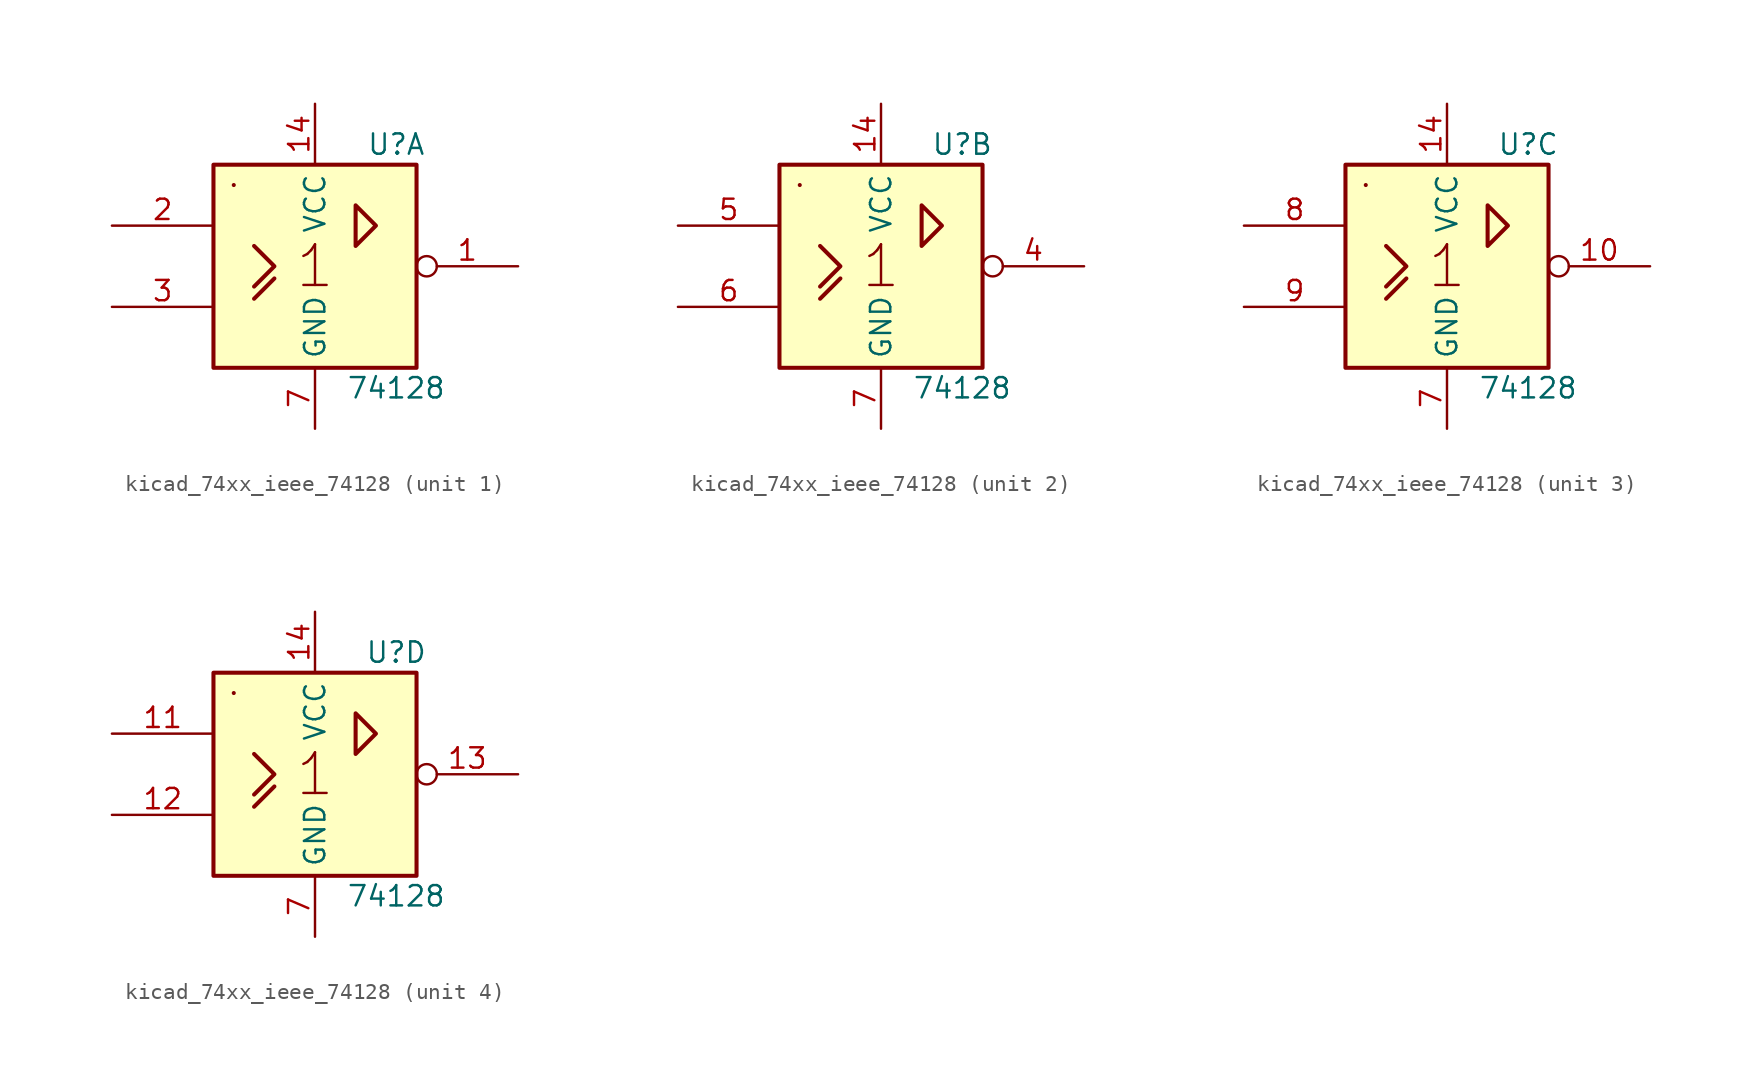
<source format=kicad_sym>
(kicad_symbol_lib
  (version 20220914)
  (generator kicad_symbol_editor)
  (symbol "kicad_74xx_ieee_74128"
    (property "Reference" "U"
      (at 5.08 7.62 0)
      (effects (font (size 1.27 1.27))))
    (property "Value" "74128"
      (at 5.08 -7.62 0)
      (effects (font (size 1.27 1.27))))
    (symbol "kicad_74xx_ieee_74128_0_0"
      (rectangle (start -5.08 5.08) (end -5.08 5.08) (stroke (width 0.254) (type default)) (fill (type background)))
      (polyline (pts (xy -3.81 -2.032) (xy -2.54 -0.762) (xy -2.54 -0.762)) (stroke (width 0.254) (type default)) (fill (type background)))
      (polyline (pts (xy -3.81 1.27) (xy -2.54 0) (xy -3.81 -1.27) (xy -3.81 -1.27)) (stroke (width 0.254) (type default)) (fill (type background)))
      (polyline (pts (xy 2.54 3.81) (xy 2.54 1.27) (xy 3.81 2.54) (xy 2.54 3.81) (xy 2.54 3.81)) (stroke (width 0.254) (type default)) (fill (type background)))
      (text "1" (at 0 0 0) (effects (font (size 2.54 2.54))))
      (pin power_in line (at 0 10.16 270) (length 3.81) (name "VCC" (effects (font (size 1.27 1.27)))) (number "14" (effects (font (size 1.27 1.27)))))
      (pin power_in line (at 0 -10.16 90) (length 3.81) (name "GND" (effects (font (size 1.27 1.27)))) (number "7" (effects (font (size 1.27 1.27))))))
    (symbol "kicad_74xx_ieee_74128_0_1"
      (rectangle (start -6.35 6.35) (end 6.35 -6.35) (stroke (width 0.254) (type default)) (fill (type background))))
    (symbol "kicad_74xx_ieee_74128_1_1"
      (pin output inverted (at 12.7 0 180) (length 6.35) (name "~" (effects (font (size 1.27 1.27)))) (number "1" (effects (font (size 1.27 1.27)))))
      (pin input line (at -12.7 2.54 0) (length 6.35) (name "~" (effects (font (size 1.27 1.27)))) (number "2" (effects (font (size 1.27 1.27)))))
      (pin input line (at -12.7 -2.54 0) (length 6.35) (name "~" (effects (font (size 1.27 1.27)))) (number "3" (effects (font (size 1.27 1.27))))))
    (symbol "kicad_74xx_ieee_74128_2_1"
      (pin output inverted (at 12.7 0 180) (length 6.35) (name "~" (effects (font (size 1.27 1.27)))) (number "4" (effects (font (size 1.27 1.27)))))
      (pin input line (at -12.7 2.54 0) (length 6.35) (name "~" (effects (font (size 1.27 1.27)))) (number "5" (effects (font (size 1.27 1.27)))))
      (pin input line (at -12.7 -2.54 0) (length 6.35) (name "~" (effects (font (size 1.27 1.27)))) (number "6" (effects (font (size 1.27 1.27))))))
    (symbol "kicad_74xx_ieee_74128_3_1"
      (pin output inverted (at 12.7 0 180) (length 6.35) (name "~" (effects (font (size 1.27 1.27)))) (number "10" (effects (font (size 1.27 1.27)))))
      (pin input line (at -12.7 2.54 0) (length 6.35) (name "~" (effects (font (size 1.27 1.27)))) (number "8" (effects (font (size 1.27 1.27)))))
      (pin input line (at -12.7 -2.54 0) (length 6.35) (name "~" (effects (font (size 1.27 1.27)))) (number "9" (effects (font (size 1.27 1.27))))))
    (symbol "kicad_74xx_ieee_74128_4_1"
      (pin input line (at -12.7 2.54 0) (length 6.35) (name "~" (effects (font (size 1.27 1.27)))) (number "11" (effects (font (size 1.27 1.27)))))
      (pin input line (at -12.7 -2.54 0) (length 6.35) (name "~" (effects (font (size 1.27 1.27)))) (number "12" (effects (font (size 1.27 1.27)))))
      (pin output inverted (at 12.7 0 180) (length 6.35) (name "~" (effects (font (size 1.27 1.27)))) (number "13" (effects (font (size 1.27 1.27))))))))
</source>
